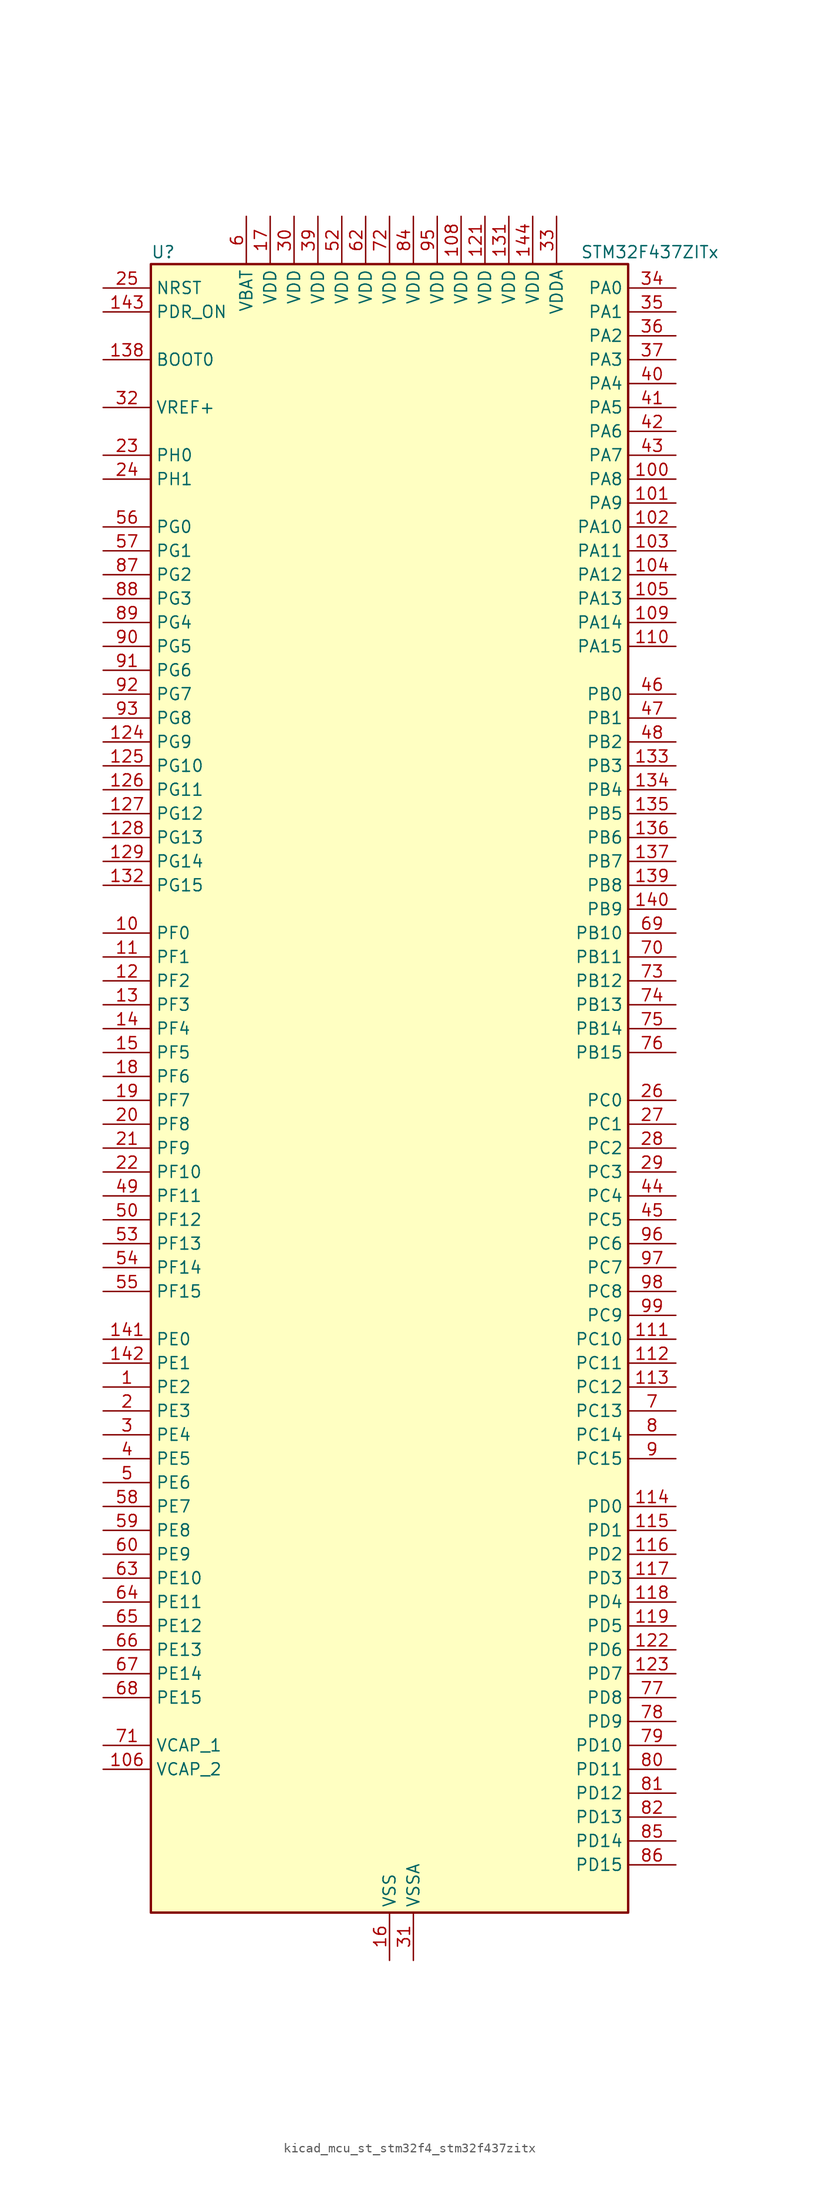
<source format=kicad_sym>
(kicad_symbol_lib
  (version 20220914)
  (generator kicad_symbol_editor)
  (symbol "kicad_mcu_st_stm32f4_stm32f437zitx"
    (property "Reference" "U"
      (at -25.4 90.17 0)
      (effects (font (size 1.27 1.27)) (justify left)))
    (property "Value" "STM32F437ZITx"
      (at 20.32 90.17 0)
      (effects (font (size 1.27 1.27)) (justify left)))
    (property "ki_locked" ""
      (at 0 0 0)
      (effects (font (size 1.27 1.27))))
    (symbol "kicad_mcu_st_stm32f4_stm32f437zitx_0_1"
      (rectangle (start -25.4 -86.36) (end 25.4 88.9) (stroke (width 0.254) (type default)) (fill (type background))))
    (symbol "kicad_mcu_st_stm32f4_stm32f437zitx_1_1"
      (pin bidirectional line (at -30.48 -30.48 0) (length 5.08) (name "PE2" (effects (font (size 1.27 1.27)))) (number "1" (effects (font (size 1.27 1.27)))) (alternate "ETH_TXD3" bidirectional line) (alternate "FMC_A23" bidirectional line) (alternate "SAI1_MCLK_A" bidirectional line) (alternate "SPI4_SCK" bidirectional line) (alternate "SYS_TRACECLK" bidirectional line))
      (pin bidirectional line (at -30.48 17.78 0) (length 5.08) (name "PF0" (effects (font (size 1.27 1.27)))) (number "10" (effects (font (size 1.27 1.27)))) (alternate "FMC_A0" bidirectional line) (alternate "I2C2_SDA" bidirectional line))
      (pin bidirectional line (at 30.48 66.04 180) (length 5.08) (name "PA8" (effects (font (size 1.27 1.27)))) (number "100" (effects (font (size 1.27 1.27)))) (alternate "I2C3_SCL" bidirectional line) (alternate "RCC_MCO_1" bidirectional line) (alternate "TIM1_CH1" bidirectional line) (alternate "USART1_CK" bidirectional line) (alternate "USB_OTG_FS_SOF" bidirectional line))
      (pin bidirectional line (at 30.48 63.5 180) (length 5.08) (name "PA9" (effects (font (size 1.27 1.27)))) (number "101" (effects (font (size 1.27 1.27)))) (alternate "DAC_EXTI9" bidirectional line) (alternate "DCMI_D0" bidirectional line) (alternate "I2C3_SMBA" bidirectional line) (alternate "TIM1_CH2" bidirectional line) (alternate "USART1_TX" bidirectional line) (alternate "USB_OTG_FS_VBUS" bidirectional line))
      (pin bidirectional line (at 30.48 60.96 180) (length 5.08) (name "PA10" (effects (font (size 1.27 1.27)))) (number "102" (effects (font (size 1.27 1.27)))) (alternate "DCMI_D1" bidirectional line) (alternate "TIM1_CH3" bidirectional line) (alternate "USART1_RX" bidirectional line) (alternate "USB_OTG_FS_ID" bidirectional line))
      (pin bidirectional line (at 30.48 58.42 180) (length 5.08) (name "PA11" (effects (font (size 1.27 1.27)))) (number "103" (effects (font (size 1.27 1.27)))) (alternate "ADC1_EXTI11" bidirectional line) (alternate "ADC2_EXTI11" bidirectional line) (alternate "ADC3_EXTI11" bidirectional line) (alternate "CAN1_RX" bidirectional line) (alternate "TIM1_CH4" bidirectional line) (alternate "USART1_CTS" bidirectional line) (alternate "USB_OTG_FS_DM" bidirectional line))
      (pin bidirectional line (at 30.48 55.88 180) (length 5.08) (name "PA12" (effects (font (size 1.27 1.27)))) (number "104" (effects (font (size 1.27 1.27)))) (alternate "CAN1_TX" bidirectional line) (alternate "TIM1_ETR" bidirectional line) (alternate "USART1_RTS" bidirectional line) (alternate "USB_OTG_FS_DP" bidirectional line))
      (pin bidirectional line (at 30.48 53.34 180) (length 5.08) (name "PA13" (effects (font (size 1.27 1.27)))) (number "105" (effects (font (size 1.27 1.27)))) (alternate "SYS_JTMS-SWDIO" bidirectional line))
      (pin power_out line (at -30.48 -71.12 0) (length 5.08) (name "VCAP_2" (effects (font (size 1.27 1.27)))) (number "106" (effects (font (size 1.27 1.27)))))
      (pin passive line (at 0 -91.44 90) (length 5.08) hide (name "VSS" (effects (font (size 1.27 1.27)))) (number "107" (effects (font (size 1.27 1.27)))))
      (pin power_in line (at 7.62 93.98 270) (length 5.08) (name "VDD" (effects (font (size 1.27 1.27)))) (number "108" (effects (font (size 1.27 1.27)))))
      (pin bidirectional line (at 30.48 50.8 180) (length 5.08) (name "PA14" (effects (font (size 1.27 1.27)))) (number "109" (effects (font (size 1.27 1.27)))) (alternate "SYS_JTCK-SWCLK" bidirectional line))
      (pin bidirectional line (at -30.48 15.24 0) (length 5.08) (name "PF1" (effects (font (size 1.27 1.27)))) (number "11" (effects (font (size 1.27 1.27)))) (alternate "FMC_A1" bidirectional line) (alternate "I2C2_SCL" bidirectional line))
      (pin bidirectional line (at 30.48 48.26 180) (length 5.08) (name "PA15" (effects (font (size 1.27 1.27)))) (number "110" (effects (font (size 1.27 1.27)))) (alternate "ADC1_EXTI15" bidirectional line) (alternate "ADC2_EXTI15" bidirectional line) (alternate "ADC3_EXTI15" bidirectional line) (alternate "I2S3_WS" bidirectional line) (alternate "SPI1_NSS" bidirectional line) (alternate "SPI3_NSS" bidirectional line) (alternate "SYS_JTDI" bidirectional line) (alternate "TIM2_CH1" bidirectional line) (alternate "TIM2_ETR" bidirectional line))
      (pin bidirectional line (at 30.48 -25.4 180) (length 5.08) (name "PC10" (effects (font (size 1.27 1.27)))) (number "111" (effects (font (size 1.27 1.27)))) (alternate "DCMI_D8" bidirectional line) (alternate "I2S3_CK" bidirectional line) (alternate "SDIO_D2" bidirectional line) (alternate "SPI3_SCK" bidirectional line) (alternate "UART4_TX" bidirectional line) (alternate "USART3_TX" bidirectional line))
      (pin bidirectional line (at 30.48 -27.94 180) (length 5.08) (name "PC11" (effects (font (size 1.27 1.27)))) (number "112" (effects (font (size 1.27 1.27)))) (alternate "ADC1_EXTI11" bidirectional line) (alternate "ADC2_EXTI11" bidirectional line) (alternate "ADC3_EXTI11" bidirectional line) (alternate "DCMI_D4" bidirectional line) (alternate "I2S3_ext_SD" bidirectional line) (alternate "SDIO_D3" bidirectional line) (alternate "SPI3_MISO" bidirectional line) (alternate "UART4_RX" bidirectional line) (alternate "USART3_RX" bidirectional line))
      (pin bidirectional line (at 30.48 -30.48 180) (length 5.08) (name "PC12" (effects (font (size 1.27 1.27)))) (number "113" (effects (font (size 1.27 1.27)))) (alternate "DCMI_D9" bidirectional line) (alternate "I2S3_SD" bidirectional line) (alternate "SDIO_CK" bidirectional line) (alternate "SPI3_MOSI" bidirectional line) (alternate "UART5_TX" bidirectional line) (alternate "USART3_CK" bidirectional line))
      (pin bidirectional line (at 30.48 -43.18 180) (length 5.08) (name "PD0" (effects (font (size 1.27 1.27)))) (number "114" (effects (font (size 1.27 1.27)))) (alternate "CAN1_RX" bidirectional line) (alternate "FMC_D2" bidirectional line) (alternate "FMC_DA2" bidirectional line))
      (pin bidirectional line (at 30.48 -45.72 180) (length 5.08) (name "PD1" (effects (font (size 1.27 1.27)))) (number "115" (effects (font (size 1.27 1.27)))) (alternate "CAN1_TX" bidirectional line) (alternate "FMC_D3" bidirectional line) (alternate "FMC_DA3" bidirectional line))
      (pin bidirectional line (at 30.48 -48.26 180) (length 5.08) (name "PD2" (effects (font (size 1.27 1.27)))) (number "116" (effects (font (size 1.27 1.27)))) (alternate "DCMI_D11" bidirectional line) (alternate "SDIO_CMD" bidirectional line) (alternate "TIM3_ETR" bidirectional line) (alternate "UART5_RX" bidirectional line))
      (pin bidirectional line (at 30.48 -50.8 180) (length 5.08) (name "PD3" (effects (font (size 1.27 1.27)))) (number "117" (effects (font (size 1.27 1.27)))) (alternate "DCMI_D5" bidirectional line) (alternate "FMC_CLK" bidirectional line) (alternate "I2S2_CK" bidirectional line) (alternate "SPI2_SCK" bidirectional line) (alternate "USART2_CTS" bidirectional line))
      (pin bidirectional line (at 30.48 -53.34 180) (length 5.08) (name "PD4" (effects (font (size 1.27 1.27)))) (number "118" (effects (font (size 1.27 1.27)))) (alternate "FMC_NOE" bidirectional line) (alternate "USART2_RTS" bidirectional line))
      (pin bidirectional line (at 30.48 -55.88 180) (length 5.08) (name "PD5" (effects (font (size 1.27 1.27)))) (number "119" (effects (font (size 1.27 1.27)))) (alternate "FMC_NWE" bidirectional line) (alternate "USART2_TX" bidirectional line))
      (pin bidirectional line (at -30.48 12.7 0) (length 5.08) (name "PF2" (effects (font (size 1.27 1.27)))) (number "12" (effects (font (size 1.27 1.27)))) (alternate "FMC_A2" bidirectional line) (alternate "I2C2_SMBA" bidirectional line))
      (pin passive line (at 0 -91.44 90) (length 5.08) hide (name "VSS" (effects (font (size 1.27 1.27)))) (number "120" (effects (font (size 1.27 1.27)))))
      (pin power_in line (at 10.16 93.98 270) (length 5.08) (name "VDD" (effects (font (size 1.27 1.27)))) (number "121" (effects (font (size 1.27 1.27)))))
      (pin bidirectional line (at 30.48 -58.42 180) (length 5.08) (name "PD6" (effects (font (size 1.27 1.27)))) (number "122" (effects (font (size 1.27 1.27)))) (alternate "DCMI_D10" bidirectional line) (alternate "FMC_NWAIT" bidirectional line) (alternate "I2S3_SD" bidirectional line) (alternate "SAI1_SD_A" bidirectional line) (alternate "SPI3_MOSI" bidirectional line) (alternate "USART2_RX" bidirectional line))
      (pin bidirectional line (at 30.48 -60.96 180) (length 5.08) (name "PD7" (effects (font (size 1.27 1.27)))) (number "123" (effects (font (size 1.27 1.27)))) (alternate "FMC_NCE2" bidirectional line) (alternate "FMC_NE1" bidirectional line) (alternate "USART2_CK" bidirectional line))
      (pin bidirectional line (at -30.48 38.1 0) (length 5.08) (name "PG9" (effects (font (size 1.27 1.27)))) (number "124" (effects (font (size 1.27 1.27)))) (alternate "DAC_EXTI9" bidirectional line) (alternate "DCMI_VSYNC" bidirectional line) (alternate "FMC_NCE3" bidirectional line) (alternate "FMC_NE2" bidirectional line) (alternate "USART6_RX" bidirectional line))
      (pin bidirectional line (at -30.48 35.56 0) (length 5.08) (name "PG10" (effects (font (size 1.27 1.27)))) (number "125" (effects (font (size 1.27 1.27)))) (alternate "DCMI_D2" bidirectional line) (alternate "FMC_NCE4_1" bidirectional line) (alternate "FMC_NE3" bidirectional line))
      (pin bidirectional line (at -30.48 33.02 0) (length 5.08) (name "PG11" (effects (font (size 1.27 1.27)))) (number "126" (effects (font (size 1.27 1.27)))) (alternate "ADC1_EXTI11" bidirectional line) (alternate "ADC2_EXTI11" bidirectional line) (alternate "ADC3_EXTI11" bidirectional line) (alternate "DCMI_D3" bidirectional line) (alternate "ETH_TX_EN" bidirectional line) (alternate "FMC_NCE4_2" bidirectional line))
      (pin bidirectional line (at -30.48 30.48 0) (length 5.08) (name "PG12" (effects (font (size 1.27 1.27)))) (number "127" (effects (font (size 1.27 1.27)))) (alternate "FMC_NE4" bidirectional line) (alternate "SPI6_MISO" bidirectional line) (alternate "USART6_RTS" bidirectional line))
      (pin bidirectional line (at -30.48 27.94 0) (length 5.08) (name "PG13" (effects (font (size 1.27 1.27)))) (number "128" (effects (font (size 1.27 1.27)))) (alternate "ETH_TXD0" bidirectional line) (alternate "FMC_A24" bidirectional line) (alternate "SPI6_SCK" bidirectional line) (alternate "USART6_CTS" bidirectional line))
      (pin bidirectional line (at -30.48 25.4 0) (length 5.08) (name "PG14" (effects (font (size 1.27 1.27)))) (number "129" (effects (font (size 1.27 1.27)))) (alternate "ETH_TXD1" bidirectional line) (alternate "FMC_A25" bidirectional line) (alternate "SPI6_MOSI" bidirectional line) (alternate "USART6_TX" bidirectional line))
      (pin bidirectional line (at -30.48 10.16 0) (length 5.08) (name "PF3" (effects (font (size 1.27 1.27)))) (number "13" (effects (font (size 1.27 1.27)))) (alternate "ADC3_IN9" bidirectional line) (alternate "FMC_A3" bidirectional line))
      (pin passive line (at 0 -91.44 90) (length 5.08) hide (name "VSS" (effects (font (size 1.27 1.27)))) (number "130" (effects (font (size 1.27 1.27)))))
      (pin power_in line (at 12.7 93.98 270) (length 5.08) (name "VDD" (effects (font (size 1.27 1.27)))) (number "131" (effects (font (size 1.27 1.27)))))
      (pin bidirectional line (at -30.48 22.86 0) (length 5.08) (name "PG15" (effects (font (size 1.27 1.27)))) (number "132" (effects (font (size 1.27 1.27)))) (alternate "ADC1_EXTI15" bidirectional line) (alternate "ADC2_EXTI15" bidirectional line) (alternate "ADC3_EXTI15" bidirectional line) (alternate "DCMI_D13" bidirectional line) (alternate "FMC_SDNCAS" bidirectional line) (alternate "USART6_CTS" bidirectional line))
      (pin bidirectional line (at 30.48 35.56 180) (length 5.08) (name "PB3" (effects (font (size 1.27 1.27)))) (number "133" (effects (font (size 1.27 1.27)))) (alternate "I2S3_CK" bidirectional line) (alternate "SPI1_SCK" bidirectional line) (alternate "SPI3_SCK" bidirectional line) (alternate "SYS_JTDO-SWO" bidirectional line) (alternate "TIM2_CH2" bidirectional line))
      (pin bidirectional line (at 30.48 33.02 180) (length 5.08) (name "PB4" (effects (font (size 1.27 1.27)))) (number "134" (effects (font (size 1.27 1.27)))) (alternate "I2S3_ext_SD" bidirectional line) (alternate "SPI1_MISO" bidirectional line) (alternate "SPI3_MISO" bidirectional line) (alternate "SYS_JTRST" bidirectional line) (alternate "TIM3_CH1" bidirectional line))
      (pin bidirectional line (at 30.48 30.48 180) (length 5.08) (name "PB5" (effects (font (size 1.27 1.27)))) (number "135" (effects (font (size 1.27 1.27)))) (alternate "CAN2_RX" bidirectional line) (alternate "DCMI_D10" bidirectional line) (alternate "ETH_PPS_OUT" bidirectional line) (alternate "FMC_SDCKE1" bidirectional line) (alternate "I2C1_SMBA" bidirectional line) (alternate "I2S3_SD" bidirectional line) (alternate "SPI1_MOSI" bidirectional line) (alternate "SPI3_MOSI" bidirectional line) (alternate "TIM3_CH2" bidirectional line) (alternate "USB_OTG_HS_ULPI_D7" bidirectional line))
      (pin bidirectional line (at 30.48 27.94 180) (length 5.08) (name "PB6" (effects (font (size 1.27 1.27)))) (number "136" (effects (font (size 1.27 1.27)))) (alternate "CAN2_TX" bidirectional line) (alternate "DCMI_D5" bidirectional line) (alternate "FMC_SDNE1" bidirectional line) (alternate "I2C1_SCL" bidirectional line) (alternate "TIM4_CH1" bidirectional line) (alternate "USART1_TX" bidirectional line))
      (pin bidirectional line (at 30.48 25.4 180) (length 5.08) (name "PB7" (effects (font (size 1.27 1.27)))) (number "137" (effects (font (size 1.27 1.27)))) (alternate "DCMI_VSYNC" bidirectional line) (alternate "FMC_NL" bidirectional line) (alternate "I2C1_SDA" bidirectional line) (alternate "TIM4_CH2" bidirectional line) (alternate "USART1_RX" bidirectional line))
      (pin input line (at -30.48 78.74 0) (length 5.08) (name "BOOT0" (effects (font (size 1.27 1.27)))) (number "138" (effects (font (size 1.27 1.27)))))
      (pin bidirectional line (at 30.48 22.86 180) (length 5.08) (name "PB8" (effects (font (size 1.27 1.27)))) (number "139" (effects (font (size 1.27 1.27)))) (alternate "CAN1_RX" bidirectional line) (alternate "DCMI_D6" bidirectional line) (alternate "ETH_TXD3" bidirectional line) (alternate "I2C1_SCL" bidirectional line) (alternate "SDIO_D4" bidirectional line) (alternate "TIM10_CH1" bidirectional line) (alternate "TIM4_CH3" bidirectional line))
      (pin bidirectional line (at -30.48 7.62 0) (length 5.08) (name "PF4" (effects (font (size 1.27 1.27)))) (number "14" (effects (font (size 1.27 1.27)))) (alternate "ADC3_IN14" bidirectional line) (alternate "FMC_A4" bidirectional line))
      (pin bidirectional line (at 30.48 20.32 180) (length 5.08) (name "PB9" (effects (font (size 1.27 1.27)))) (number "140" (effects (font (size 1.27 1.27)))) (alternate "CAN1_TX" bidirectional line) (alternate "DAC_EXTI9" bidirectional line) (alternate "DCMI_D7" bidirectional line) (alternate "I2C1_SDA" bidirectional line) (alternate "I2S2_WS" bidirectional line) (alternate "SDIO_D5" bidirectional line) (alternate "SPI2_NSS" bidirectional line) (alternate "TIM11_CH1" bidirectional line) (alternate "TIM4_CH4" bidirectional line))
      (pin bidirectional line (at -30.48 -25.4 0) (length 5.08) (name "PE0" (effects (font (size 1.27 1.27)))) (number "141" (effects (font (size 1.27 1.27)))) (alternate "DCMI_D2" bidirectional line) (alternate "FMC_NBL0" bidirectional line) (alternate "TIM4_ETR" bidirectional line) (alternate "UART8_RX" bidirectional line))
      (pin bidirectional line (at -30.48 -27.94 0) (length 5.08) (name "PE1" (effects (font (size 1.27 1.27)))) (number "142" (effects (font (size 1.27 1.27)))) (alternate "DCMI_D3" bidirectional line) (alternate "FMC_NBL1" bidirectional line) (alternate "UART8_TX" bidirectional line))
      (pin input line (at -30.48 83.82 0) (length 5.08) (name "PDR_ON" (effects (font (size 1.27 1.27)))) (number "143" (effects (font (size 1.27 1.27)))))
      (pin power_in line (at 15.24 93.98 270) (length 5.08) (name "VDD" (effects (font (size 1.27 1.27)))) (number "144" (effects (font (size 1.27 1.27)))))
      (pin bidirectional line (at -30.48 5.08 0) (length 5.08) (name "PF5" (effects (font (size 1.27 1.27)))) (number "15" (effects (font (size 1.27 1.27)))) (alternate "ADC3_IN15" bidirectional line) (alternate "FMC_A5" bidirectional line))
      (pin power_in line (at 0 -91.44 90) (length 5.08) (name "VSS" (effects (font (size 1.27 1.27)))) (number "16" (effects (font (size 1.27 1.27)))))
      (pin power_in line (at -12.7 93.98 270) (length 5.08) (name "VDD" (effects (font (size 1.27 1.27)))) (number "17" (effects (font (size 1.27 1.27)))))
      (pin bidirectional line (at -30.48 2.54 0) (length 5.08) (name "PF6" (effects (font (size 1.27 1.27)))) (number "18" (effects (font (size 1.27 1.27)))) (alternate "ADC3_IN4" bidirectional line) (alternate "FMC_NIORD" bidirectional line) (alternate "SAI1_SD_B" bidirectional line) (alternate "SPI5_NSS" bidirectional line) (alternate "TIM10_CH1" bidirectional line) (alternate "UART7_RX" bidirectional line))
      (pin bidirectional line (at -30.48 0 0) (length 5.08) (name "PF7" (effects (font (size 1.27 1.27)))) (number "19" (effects (font (size 1.27 1.27)))) (alternate "ADC3_IN5" bidirectional line) (alternate "FMC_NREG" bidirectional line) (alternate "SAI1_MCLK_B" bidirectional line) (alternate "SPI5_SCK" bidirectional line) (alternate "TIM11_CH1" bidirectional line) (alternate "UART7_TX" bidirectional line))
      (pin bidirectional line (at -30.48 -33.02 0) (length 5.08) (name "PE3" (effects (font (size 1.27 1.27)))) (number "2" (effects (font (size 1.27 1.27)))) (alternate "FMC_A19" bidirectional line) (alternate "SAI1_SD_B" bidirectional line) (alternate "SYS_TRACED0" bidirectional line))
      (pin bidirectional line (at -30.48 -2.54 0) (length 5.08) (name "PF8" (effects (font (size 1.27 1.27)))) (number "20" (effects (font (size 1.27 1.27)))) (alternate "ADC3_IN6" bidirectional line) (alternate "FMC_NIOWR" bidirectional line) (alternate "SAI1_SCK_B" bidirectional line) (alternate "SPI5_MISO" bidirectional line) (alternate "TIM13_CH1" bidirectional line))
      (pin bidirectional line (at -30.48 -5.08 0) (length 5.08) (name "PF9" (effects (font (size 1.27 1.27)))) (number "21" (effects (font (size 1.27 1.27)))) (alternate "ADC3_IN7" bidirectional line) (alternate "DAC_EXTI9" bidirectional line) (alternate "FMC_CD" bidirectional line) (alternate "SAI1_FS_B" bidirectional line) (alternate "SPI5_MOSI" bidirectional line) (alternate "TIM14_CH1" bidirectional line))
      (pin bidirectional line (at -30.48 -7.62 0) (length 5.08) (name "PF10" (effects (font (size 1.27 1.27)))) (number "22" (effects (font (size 1.27 1.27)))) (alternate "ADC3_IN8" bidirectional line) (alternate "DCMI_D11" bidirectional line) (alternate "FMC_INTR" bidirectional line))
      (pin bidirectional line (at -30.48 68.58 0) (length 5.08) (name "PH0" (effects (font (size 1.27 1.27)))) (number "23" (effects (font (size 1.27 1.27)))) (alternate "RCC_OSC_IN" bidirectional line))
      (pin bidirectional line (at -30.48 66.04 0) (length 5.08) (name "PH1" (effects (font (size 1.27 1.27)))) (number "24" (effects (font (size 1.27 1.27)))) (alternate "RCC_OSC_OUT" bidirectional line))
      (pin input line (at -30.48 86.36 0) (length 5.08) (name "NRST" (effects (font (size 1.27 1.27)))) (number "25" (effects (font (size 1.27 1.27)))))
      (pin bidirectional line (at 30.48 0 180) (length 5.08) (name "PC0" (effects (font (size 1.27 1.27)))) (number "26" (effects (font (size 1.27 1.27)))) (alternate "ADC1_IN10" bidirectional line) (alternate "ADC2_IN10" bidirectional line) (alternate "ADC3_IN10" bidirectional line) (alternate "FMC_SDNWE" bidirectional line) (alternate "USB_OTG_HS_ULPI_STP" bidirectional line))
      (pin bidirectional line (at 30.48 -2.54 180) (length 5.08) (name "PC1" (effects (font (size 1.27 1.27)))) (number "27" (effects (font (size 1.27 1.27)))) (alternate "ADC1_IN11" bidirectional line) (alternate "ADC2_IN11" bidirectional line) (alternate "ADC3_IN11" bidirectional line) (alternate "ETH_MDC" bidirectional line))
      (pin bidirectional line (at 30.48 -5.08 180) (length 5.08) (name "PC2" (effects (font (size 1.27 1.27)))) (number "28" (effects (font (size 1.27 1.27)))) (alternate "ADC1_IN12" bidirectional line) (alternate "ADC2_IN12" bidirectional line) (alternate "ADC3_IN12" bidirectional line) (alternate "ETH_TXD2" bidirectional line) (alternate "FMC_SDNE0" bidirectional line) (alternate "I2S2_ext_SD" bidirectional line) (alternate "SPI2_MISO" bidirectional line) (alternate "USB_OTG_HS_ULPI_DIR" bidirectional line))
      (pin bidirectional line (at 30.48 -7.62 180) (length 5.08) (name "PC3" (effects (font (size 1.27 1.27)))) (number "29" (effects (font (size 1.27 1.27)))) (alternate "ADC1_IN13" bidirectional line) (alternate "ADC2_IN13" bidirectional line) (alternate "ADC3_IN13" bidirectional line) (alternate "ETH_TX_CLK" bidirectional line) (alternate "FMC_SDCKE0" bidirectional line) (alternate "I2S2_SD" bidirectional line) (alternate "SPI2_MOSI" bidirectional line) (alternate "USB_OTG_HS_ULPI_NXT" bidirectional line))
      (pin bidirectional line (at -30.48 -35.56 0) (length 5.08) (name "PE4" (effects (font (size 1.27 1.27)))) (number "3" (effects (font (size 1.27 1.27)))) (alternate "DCMI_D4" bidirectional line) (alternate "FMC_A20" bidirectional line) (alternate "SAI1_FS_A" bidirectional line) (alternate "SPI4_NSS" bidirectional line) (alternate "SYS_TRACED1" bidirectional line))
      (pin power_in line (at -10.16 93.98 270) (length 5.08) (name "VDD" (effects (font (size 1.27 1.27)))) (number "30" (effects (font (size 1.27 1.27)))))
      (pin power_in line (at 2.54 -91.44 90) (length 5.08) (name "VSSA" (effects (font (size 1.27 1.27)))) (number "31" (effects (font (size 1.27 1.27)))))
      (pin input line (at -30.48 73.66 0) (length 5.08) (name "VREF+" (effects (font (size 1.27 1.27)))) (number "32" (effects (font (size 1.27 1.27)))))
      (pin power_in line (at 17.78 93.98 270) (length 5.08) (name "VDDA" (effects (font (size 1.27 1.27)))) (number "33" (effects (font (size 1.27 1.27)))))
      (pin bidirectional line (at 30.48 86.36 180) (length 5.08) (name "PA0" (effects (font (size 1.27 1.27)))) (number "34" (effects (font (size 1.27 1.27)))) (alternate "ADC1_IN0" bidirectional line) (alternate "ADC2_IN0" bidirectional line) (alternate "ADC3_IN0" bidirectional line) (alternate "ETH_CRS" bidirectional line) (alternate "SYS_WKUP" bidirectional line) (alternate "TIM2_CH1" bidirectional line) (alternate "TIM2_ETR" bidirectional line) (alternate "TIM5_CH1" bidirectional line) (alternate "TIM8_ETR" bidirectional line) (alternate "UART4_TX" bidirectional line) (alternate "USART2_CTS" bidirectional line))
      (pin bidirectional line (at 30.48 83.82 180) (length 5.08) (name "PA1" (effects (font (size 1.27 1.27)))) (number "35" (effects (font (size 1.27 1.27)))) (alternate "ADC1_IN1" bidirectional line) (alternate "ADC2_IN1" bidirectional line) (alternate "ADC3_IN1" bidirectional line) (alternate "ETH_REF_CLK" bidirectional line) (alternate "ETH_RX_CLK" bidirectional line) (alternate "TIM2_CH2" bidirectional line) (alternate "TIM5_CH2" bidirectional line) (alternate "UART4_RX" bidirectional line) (alternate "USART2_RTS" bidirectional line))
      (pin bidirectional line (at 30.48 81.28 180) (length 5.08) (name "PA2" (effects (font (size 1.27 1.27)))) (number "36" (effects (font (size 1.27 1.27)))) (alternate "ADC1_IN2" bidirectional line) (alternate "ADC2_IN2" bidirectional line) (alternate "ADC3_IN2" bidirectional line) (alternate "ETH_MDIO" bidirectional line) (alternate "TIM2_CH3" bidirectional line) (alternate "TIM5_CH3" bidirectional line) (alternate "TIM9_CH1" bidirectional line) (alternate "USART2_TX" bidirectional line))
      (pin bidirectional line (at 30.48 78.74 180) (length 5.08) (name "PA3" (effects (font (size 1.27 1.27)))) (number "37" (effects (font (size 1.27 1.27)))) (alternate "ADC1_IN3" bidirectional line) (alternate "ADC2_IN3" bidirectional line) (alternate "ADC3_IN3" bidirectional line) (alternate "ETH_COL" bidirectional line) (alternate "TIM2_CH4" bidirectional line) (alternate "TIM5_CH4" bidirectional line) (alternate "TIM9_CH2" bidirectional line) (alternate "USART2_RX" bidirectional line) (alternate "USB_OTG_HS_ULPI_D0" bidirectional line))
      (pin passive line (at 0 -91.44 90) (length 5.08) hide (name "VSS" (effects (font (size 1.27 1.27)))) (number "38" (effects (font (size 1.27 1.27)))))
      (pin power_in line (at -7.62 93.98 270) (length 5.08) (name "VDD" (effects (font (size 1.27 1.27)))) (number "39" (effects (font (size 1.27 1.27)))))
      (pin bidirectional line (at -30.48 -38.1 0) (length 5.08) (name "PE5" (effects (font (size 1.27 1.27)))) (number "4" (effects (font (size 1.27 1.27)))) (alternate "DCMI_D6" bidirectional line) (alternate "FMC_A21" bidirectional line) (alternate "SAI1_SCK_A" bidirectional line) (alternate "SPI4_MISO" bidirectional line) (alternate "SYS_TRACED2" bidirectional line) (alternate "TIM9_CH1" bidirectional line))
      (pin bidirectional line (at 30.48 76.2 180) (length 5.08) (name "PA4" (effects (font (size 1.27 1.27)))) (number "40" (effects (font (size 1.27 1.27)))) (alternate "ADC1_IN4" bidirectional line) (alternate "ADC2_IN4" bidirectional line) (alternate "DAC_OUT1" bidirectional line) (alternate "DCMI_HSYNC" bidirectional line) (alternate "I2S3_WS" bidirectional line) (alternate "SPI1_NSS" bidirectional line) (alternate "SPI3_NSS" bidirectional line) (alternate "USART2_CK" bidirectional line) (alternate "USB_OTG_HS_SOF" bidirectional line))
      (pin bidirectional line (at 30.48 73.66 180) (length 5.08) (name "PA5" (effects (font (size 1.27 1.27)))) (number "41" (effects (font (size 1.27 1.27)))) (alternate "ADC1_IN5" bidirectional line) (alternate "ADC2_IN5" bidirectional line) (alternate "DAC_OUT2" bidirectional line) (alternate "SPI1_SCK" bidirectional line) (alternate "TIM2_CH1" bidirectional line) (alternate "TIM2_ETR" bidirectional line) (alternate "TIM8_CH1N" bidirectional line) (alternate "USB_OTG_HS_ULPI_CK" bidirectional line))
      (pin bidirectional line (at 30.48 71.12 180) (length 5.08) (name "PA6" (effects (font (size 1.27 1.27)))) (number "42" (effects (font (size 1.27 1.27)))) (alternate "ADC1_IN6" bidirectional line) (alternate "ADC2_IN6" bidirectional line) (alternate "DCMI_PIXCLK" bidirectional line) (alternate "SPI1_MISO" bidirectional line) (alternate "TIM13_CH1" bidirectional line) (alternate "TIM1_BKIN" bidirectional line) (alternate "TIM3_CH1" bidirectional line) (alternate "TIM8_BKIN" bidirectional line))
      (pin bidirectional line (at 30.48 68.58 180) (length 5.08) (name "PA7" (effects (font (size 1.27 1.27)))) (number "43" (effects (font (size 1.27 1.27)))) (alternate "ADC1_IN7" bidirectional line) (alternate "ADC2_IN7" bidirectional line) (alternate "ETH_CRS_DV" bidirectional line) (alternate "ETH_RX_DV" bidirectional line) (alternate "SPI1_MOSI" bidirectional line) (alternate "TIM14_CH1" bidirectional line) (alternate "TIM1_CH1N" bidirectional line) (alternate "TIM3_CH2" bidirectional line) (alternate "TIM8_CH1N" bidirectional line))
      (pin bidirectional line (at 30.48 -10.16 180) (length 5.08) (name "PC4" (effects (font (size 1.27 1.27)))) (number "44" (effects (font (size 1.27 1.27)))) (alternate "ADC1_IN14" bidirectional line) (alternate "ADC2_IN14" bidirectional line) (alternate "ETH_RXD0" bidirectional line))
      (pin bidirectional line (at 30.48 -12.7 180) (length 5.08) (name "PC5" (effects (font (size 1.27 1.27)))) (number "45" (effects (font (size 1.27 1.27)))) (alternate "ADC1_IN15" bidirectional line) (alternate "ADC2_IN15" bidirectional line) (alternate "ETH_RXD1" bidirectional line))
      (pin bidirectional line (at 30.48 43.18 180) (length 5.08) (name "PB0" (effects (font (size 1.27 1.27)))) (number "46" (effects (font (size 1.27 1.27)))) (alternate "ADC1_IN8" bidirectional line) (alternate "ADC2_IN8" bidirectional line) (alternate "ETH_RXD2" bidirectional line) (alternate "TIM1_CH2N" bidirectional line) (alternate "TIM3_CH3" bidirectional line) (alternate "TIM8_CH2N" bidirectional line) (alternate "USB_OTG_HS_ULPI_D1" bidirectional line))
      (pin bidirectional line (at 30.48 40.64 180) (length 5.08) (name "PB1" (effects (font (size 1.27 1.27)))) (number "47" (effects (font (size 1.27 1.27)))) (alternate "ADC1_IN9" bidirectional line) (alternate "ADC2_IN9" bidirectional line) (alternate "ETH_RXD3" bidirectional line) (alternate "TIM1_CH3N" bidirectional line) (alternate "TIM3_CH4" bidirectional line) (alternate "TIM8_CH3N" bidirectional line) (alternate "USB_OTG_HS_ULPI_D2" bidirectional line))
      (pin bidirectional line (at 30.48 38.1 180) (length 5.08) (name "PB2" (effects (font (size 1.27 1.27)))) (number "48" (effects (font (size 1.27 1.27)))))
      (pin bidirectional line (at -30.48 -10.16 0) (length 5.08) (name "PF11" (effects (font (size 1.27 1.27)))) (number "49" (effects (font (size 1.27 1.27)))) (alternate "ADC1_EXTI11" bidirectional line) (alternate "ADC2_EXTI11" bidirectional line) (alternate "ADC3_EXTI11" bidirectional line) (alternate "DCMI_D12" bidirectional line) (alternate "FMC_SDNRAS" bidirectional line) (alternate "SPI5_MOSI" bidirectional line))
      (pin bidirectional line (at -30.48 -40.64 0) (length 5.08) (name "PE6" (effects (font (size 1.27 1.27)))) (number "5" (effects (font (size 1.27 1.27)))) (alternate "DCMI_D7" bidirectional line) (alternate "FMC_A22" bidirectional line) (alternate "SAI1_SD_A" bidirectional line) (alternate "SPI4_MOSI" bidirectional line) (alternate "SYS_TRACED3" bidirectional line) (alternate "TIM9_CH2" bidirectional line))
      (pin bidirectional line (at -30.48 -12.7 0) (length 5.08) (name "PF12" (effects (font (size 1.27 1.27)))) (number "50" (effects (font (size 1.27 1.27)))) (alternate "FMC_A6" bidirectional line))
      (pin passive line (at 0 -91.44 90) (length 5.08) hide (name "VSS" (effects (font (size 1.27 1.27)))) (number "51" (effects (font (size 1.27 1.27)))))
      (pin power_in line (at -5.08 93.98 270) (length 5.08) (name "VDD" (effects (font (size 1.27 1.27)))) (number "52" (effects (font (size 1.27 1.27)))))
      (pin bidirectional line (at -30.48 -15.24 0) (length 5.08) (name "PF13" (effects (font (size 1.27 1.27)))) (number "53" (effects (font (size 1.27 1.27)))) (alternate "FMC_A7" bidirectional line))
      (pin bidirectional line (at -30.48 -17.78 0) (length 5.08) (name "PF14" (effects (font (size 1.27 1.27)))) (number "54" (effects (font (size 1.27 1.27)))) (alternate "FMC_A8" bidirectional line))
      (pin bidirectional line (at -30.48 -20.32 0) (length 5.08) (name "PF15" (effects (font (size 1.27 1.27)))) (number "55" (effects (font (size 1.27 1.27)))) (alternate "ADC1_EXTI15" bidirectional line) (alternate "ADC2_EXTI15" bidirectional line) (alternate "ADC3_EXTI15" bidirectional line) (alternate "FMC_A9" bidirectional line))
      (pin bidirectional line (at -30.48 60.96 0) (length 5.08) (name "PG0" (effects (font (size 1.27 1.27)))) (number "56" (effects (font (size 1.27 1.27)))) (alternate "FMC_A10" bidirectional line))
      (pin bidirectional line (at -30.48 58.42 0) (length 5.08) (name "PG1" (effects (font (size 1.27 1.27)))) (number "57" (effects (font (size 1.27 1.27)))) (alternate "FMC_A11" bidirectional line))
      (pin bidirectional line (at -30.48 -43.18 0) (length 5.08) (name "PE7" (effects (font (size 1.27 1.27)))) (number "58" (effects (font (size 1.27 1.27)))) (alternate "FMC_D4" bidirectional line) (alternate "FMC_DA4" bidirectional line) (alternate "TIM1_ETR" bidirectional line) (alternate "UART7_RX" bidirectional line))
      (pin bidirectional line (at -30.48 -45.72 0) (length 5.08) (name "PE8" (effects (font (size 1.27 1.27)))) (number "59" (effects (font (size 1.27 1.27)))) (alternate "FMC_D5" bidirectional line) (alternate "FMC_DA5" bidirectional line) (alternate "TIM1_CH1N" bidirectional line) (alternate "UART7_TX" bidirectional line))
      (pin power_in line (at -15.24 93.98 270) (length 5.08) (name "VBAT" (effects (font (size 1.27 1.27)))) (number "6" (effects (font (size 1.27 1.27)))))
      (pin bidirectional line (at -30.48 -48.26 0) (length 5.08) (name "PE9" (effects (font (size 1.27 1.27)))) (number "60" (effects (font (size 1.27 1.27)))) (alternate "DAC_EXTI9" bidirectional line) (alternate "FMC_D6" bidirectional line) (alternate "FMC_DA6" bidirectional line) (alternate "TIM1_CH1" bidirectional line))
      (pin passive line (at 0 -91.44 90) (length 5.08) hide (name "VSS" (effects (font (size 1.27 1.27)))) (number "61" (effects (font (size 1.27 1.27)))))
      (pin power_in line (at -2.54 93.98 270) (length 5.08) (name "VDD" (effects (font (size 1.27 1.27)))) (number "62" (effects (font (size 1.27 1.27)))))
      (pin bidirectional line (at -30.48 -50.8 0) (length 5.08) (name "PE10" (effects (font (size 1.27 1.27)))) (number "63" (effects (font (size 1.27 1.27)))) (alternate "FMC_D7" bidirectional line) (alternate "FMC_DA7" bidirectional line) (alternate "TIM1_CH2N" bidirectional line))
      (pin bidirectional line (at -30.48 -53.34 0) (length 5.08) (name "PE11" (effects (font (size 1.27 1.27)))) (number "64" (effects (font (size 1.27 1.27)))) (alternate "ADC1_EXTI11" bidirectional line) (alternate "ADC2_EXTI11" bidirectional line) (alternate "ADC3_EXTI11" bidirectional line) (alternate "FMC_D8" bidirectional line) (alternate "FMC_DA8" bidirectional line) (alternate "SPI4_NSS" bidirectional line) (alternate "TIM1_CH2" bidirectional line))
      (pin bidirectional line (at -30.48 -55.88 0) (length 5.08) (name "PE12" (effects (font (size 1.27 1.27)))) (number "65" (effects (font (size 1.27 1.27)))) (alternate "FMC_D9" bidirectional line) (alternate "FMC_DA9" bidirectional line) (alternate "SPI4_SCK" bidirectional line) (alternate "TIM1_CH3N" bidirectional line))
      (pin bidirectional line (at -30.48 -58.42 0) (length 5.08) (name "PE13" (effects (font (size 1.27 1.27)))) (number "66" (effects (font (size 1.27 1.27)))) (alternate "FMC_D10" bidirectional line) (alternate "FMC_DA10" bidirectional line) (alternate "SPI4_MISO" bidirectional line) (alternate "TIM1_CH3" bidirectional line))
      (pin bidirectional line (at -30.48 -60.96 0) (length 5.08) (name "PE14" (effects (font (size 1.27 1.27)))) (number "67" (effects (font (size 1.27 1.27)))) (alternate "FMC_D11" bidirectional line) (alternate "FMC_DA11" bidirectional line) (alternate "SPI4_MOSI" bidirectional line) (alternate "TIM1_CH4" bidirectional line))
      (pin bidirectional line (at -30.48 -63.5 0) (length 5.08) (name "PE15" (effects (font (size 1.27 1.27)))) (number "68" (effects (font (size 1.27 1.27)))) (alternate "ADC1_EXTI15" bidirectional line) (alternate "ADC2_EXTI15" bidirectional line) (alternate "ADC3_EXTI15" bidirectional line) (alternate "FMC_D12" bidirectional line) (alternate "FMC_DA12" bidirectional line) (alternate "TIM1_BKIN" bidirectional line))
      (pin bidirectional line (at 30.48 17.78 180) (length 5.08) (name "PB10" (effects (font (size 1.27 1.27)))) (number "69" (effects (font (size 1.27 1.27)))) (alternate "ETH_RX_ER" bidirectional line) (alternate "I2C2_SCL" bidirectional line) (alternate "I2S2_CK" bidirectional line) (alternate "SPI2_SCK" bidirectional line) (alternate "TIM2_CH3" bidirectional line) (alternate "USART3_TX" bidirectional line) (alternate "USB_OTG_HS_ULPI_D3" bidirectional line))
      (pin bidirectional line (at 30.48 -33.02 180) (length 5.08) (name "PC13" (effects (font (size 1.27 1.27)))) (number "7" (effects (font (size 1.27 1.27)))) (alternate "RTC_AF1" bidirectional line))
      (pin bidirectional line (at 30.48 15.24 180) (length 5.08) (name "PB11" (effects (font (size 1.27 1.27)))) (number "70" (effects (font (size 1.27 1.27)))) (alternate "ADC1_EXTI11" bidirectional line) (alternate "ADC2_EXTI11" bidirectional line) (alternate "ADC3_EXTI11" bidirectional line) (alternate "ETH_TX_EN" bidirectional line) (alternate "I2C2_SDA" bidirectional line) (alternate "TIM2_CH4" bidirectional line) (alternate "USART3_RX" bidirectional line) (alternate "USB_OTG_HS_ULPI_D4" bidirectional line))
      (pin power_out line (at -30.48 -68.58 0) (length 5.08) (name "VCAP_1" (effects (font (size 1.27 1.27)))) (number "71" (effects (font (size 1.27 1.27)))))
      (pin power_in line (at 0 93.98 270) (length 5.08) (name "VDD" (effects (font (size 1.27 1.27)))) (number "72" (effects (font (size 1.27 1.27)))))
      (pin bidirectional line (at 30.48 12.7 180) (length 5.08) (name "PB12" (effects (font (size 1.27 1.27)))) (number "73" (effects (font (size 1.27 1.27)))) (alternate "CAN2_RX" bidirectional line) (alternate "ETH_TXD0" bidirectional line) (alternate "I2C2_SMBA" bidirectional line) (alternate "I2S2_WS" bidirectional line) (alternate "SPI2_NSS" bidirectional line) (alternate "TIM1_BKIN" bidirectional line) (alternate "USART3_CK" bidirectional line) (alternate "USB_OTG_HS_ID" bidirectional line) (alternate "USB_OTG_HS_ULPI_D5" bidirectional line))
      (pin bidirectional line (at 30.48 10.16 180) (length 5.08) (name "PB13" (effects (font (size 1.27 1.27)))) (number "74" (effects (font (size 1.27 1.27)))) (alternate "CAN2_TX" bidirectional line) (alternate "ETH_TXD1" bidirectional line) (alternate "I2S2_CK" bidirectional line) (alternate "SPI2_SCK" bidirectional line) (alternate "TIM1_CH1N" bidirectional line) (alternate "USART3_CTS" bidirectional line) (alternate "USB_OTG_HS_ULPI_D6" bidirectional line) (alternate "USB_OTG_HS_VBUS" bidirectional line))
      (pin bidirectional line (at 30.48 7.62 180) (length 5.08) (name "PB14" (effects (font (size 1.27 1.27)))) (number "75" (effects (font (size 1.27 1.27)))) (alternate "I2S2_ext_SD" bidirectional line) (alternate "SPI2_MISO" bidirectional line) (alternate "TIM12_CH1" bidirectional line) (alternate "TIM1_CH2N" bidirectional line) (alternate "TIM8_CH2N" bidirectional line) (alternate "USART3_RTS" bidirectional line) (alternate "USB_OTG_HS_DM" bidirectional line))
      (pin bidirectional line (at 30.48 5.08 180) (length 5.08) (name "PB15" (effects (font (size 1.27 1.27)))) (number "76" (effects (font (size 1.27 1.27)))) (alternate "ADC1_EXTI15" bidirectional line) (alternate "ADC2_EXTI15" bidirectional line) (alternate "ADC3_EXTI15" bidirectional line) (alternate "I2S2_SD" bidirectional line) (alternate "RTC_REFIN" bidirectional line) (alternate "SPI2_MOSI" bidirectional line) (alternate "TIM12_CH2" bidirectional line) (alternate "TIM1_CH3N" bidirectional line) (alternate "TIM8_CH3N" bidirectional line) (alternate "USB_OTG_HS_DP" bidirectional line))
      (pin bidirectional line (at 30.48 -63.5 180) (length 5.08) (name "PD8" (effects (font (size 1.27 1.27)))) (number "77" (effects (font (size 1.27 1.27)))) (alternate "FMC_D13" bidirectional line) (alternate "FMC_DA13" bidirectional line) (alternate "USART3_TX" bidirectional line))
      (pin bidirectional line (at 30.48 -66.04 180) (length 5.08) (name "PD9" (effects (font (size 1.27 1.27)))) (number "78" (effects (font (size 1.27 1.27)))) (alternate "DAC_EXTI9" bidirectional line) (alternate "FMC_D14" bidirectional line) (alternate "FMC_DA14" bidirectional line) (alternate "USART3_RX" bidirectional line))
      (pin bidirectional line (at 30.48 -68.58 180) (length 5.08) (name "PD10" (effects (font (size 1.27 1.27)))) (number "79" (effects (font (size 1.27 1.27)))) (alternate "FMC_D15" bidirectional line) (alternate "FMC_DA15" bidirectional line) (alternate "USART3_CK" bidirectional line))
      (pin bidirectional line (at 30.48 -35.56 180) (length 5.08) (name "PC14" (effects (font (size 1.27 1.27)))) (number "8" (effects (font (size 1.27 1.27)))) (alternate "RCC_OSC32_IN" bidirectional line))
      (pin bidirectional line (at 30.48 -71.12 180) (length 5.08) (name "PD11" (effects (font (size 1.27 1.27)))) (number "80" (effects (font (size 1.27 1.27)))) (alternate "ADC1_EXTI11" bidirectional line) (alternate "ADC2_EXTI11" bidirectional line) (alternate "ADC3_EXTI11" bidirectional line) (alternate "FMC_A16" bidirectional line) (alternate "FMC_CLE" bidirectional line) (alternate "USART3_CTS" bidirectional line))
      (pin bidirectional line (at 30.48 -73.66 180) (length 5.08) (name "PD12" (effects (font (size 1.27 1.27)))) (number "81" (effects (font (size 1.27 1.27)))) (alternate "FMC_A17" bidirectional line) (alternate "FMC_ALE" bidirectional line) (alternate "TIM4_CH1" bidirectional line) (alternate "USART3_RTS" bidirectional line))
      (pin bidirectional line (at 30.48 -76.2 180) (length 5.08) (name "PD13" (effects (font (size 1.27 1.27)))) (number "82" (effects (font (size 1.27 1.27)))) (alternate "FMC_A18" bidirectional line) (alternate "TIM4_CH2" bidirectional line))
      (pin passive line (at 0 -91.44 90) (length 5.08) hide (name "VSS" (effects (font (size 1.27 1.27)))) (number "83" (effects (font (size 1.27 1.27)))))
      (pin power_in line (at 2.54 93.98 270) (length 5.08) (name "VDD" (effects (font (size 1.27 1.27)))) (number "84" (effects (font (size 1.27 1.27)))))
      (pin bidirectional line (at 30.48 -78.74 180) (length 5.08) (name "PD14" (effects (font (size 1.27 1.27)))) (number "85" (effects (font (size 1.27 1.27)))) (alternate "FMC_D0" bidirectional line) (alternate "FMC_DA0" bidirectional line) (alternate "TIM4_CH3" bidirectional line))
      (pin bidirectional line (at 30.48 -81.28 180) (length 5.08) (name "PD15" (effects (font (size 1.27 1.27)))) (number "86" (effects (font (size 1.27 1.27)))) (alternate "ADC1_EXTI15" bidirectional line) (alternate "ADC2_EXTI15" bidirectional line) (alternate "ADC3_EXTI15" bidirectional line) (alternate "FMC_D1" bidirectional line) (alternate "FMC_DA1" bidirectional line) (alternate "TIM4_CH4" bidirectional line))
      (pin bidirectional line (at -30.48 55.88 0) (length 5.08) (name "PG2" (effects (font (size 1.27 1.27)))) (number "87" (effects (font (size 1.27 1.27)))) (alternate "FMC_A12" bidirectional line))
      (pin bidirectional line (at -30.48 53.34 0) (length 5.08) (name "PG3" (effects (font (size 1.27 1.27)))) (number "88" (effects (font (size 1.27 1.27)))) (alternate "FMC_A13" bidirectional line))
      (pin bidirectional line (at -30.48 50.8 0) (length 5.08) (name "PG4" (effects (font (size 1.27 1.27)))) (number "89" (effects (font (size 1.27 1.27)))) (alternate "FMC_A14" bidirectional line) (alternate "FMC_BA0" bidirectional line))
      (pin bidirectional line (at 30.48 -38.1 180) (length 5.08) (name "PC15" (effects (font (size 1.27 1.27)))) (number "9" (effects (font (size 1.27 1.27)))) (alternate "ADC1_EXTI15" bidirectional line) (alternate "ADC2_EXTI15" bidirectional line) (alternate "ADC3_EXTI15" bidirectional line) (alternate "RCC_OSC32_OUT" bidirectional line))
      (pin bidirectional line (at -30.48 48.26 0) (length 5.08) (name "PG5" (effects (font (size 1.27 1.27)))) (number "90" (effects (font (size 1.27 1.27)))) (alternate "FMC_A15" bidirectional line) (alternate "FMC_BA1" bidirectional line))
      (pin bidirectional line (at -30.48 45.72 0) (length 5.08) (name "PG6" (effects (font (size 1.27 1.27)))) (number "91" (effects (font (size 1.27 1.27)))) (alternate "DCMI_D12" bidirectional line) (alternate "FMC_INT2" bidirectional line))
      (pin bidirectional line (at -30.48 43.18 0) (length 5.08) (name "PG7" (effects (font (size 1.27 1.27)))) (number "92" (effects (font (size 1.27 1.27)))) (alternate "DCMI_D13" bidirectional line) (alternate "FMC_INT3" bidirectional line) (alternate "USART6_CK" bidirectional line))
      (pin bidirectional line (at -30.48 40.64 0) (length 5.08) (name "PG8" (effects (font (size 1.27 1.27)))) (number "93" (effects (font (size 1.27 1.27)))) (alternate "ETH_PPS_OUT" bidirectional line) (alternate "FMC_SDCLK" bidirectional line) (alternate "SPI6_NSS" bidirectional line) (alternate "USART6_RTS" bidirectional line))
      (pin passive line (at 0 -91.44 90) (length 5.08) hide (name "VSS" (effects (font (size 1.27 1.27)))) (number "94" (effects (font (size 1.27 1.27)))))
      (pin power_in line (at 5.08 93.98 270) (length 5.08) (name "VDD" (effects (font (size 1.27 1.27)))) (number "95" (effects (font (size 1.27 1.27)))))
      (pin bidirectional line (at 30.48 -15.24 180) (length 5.08) (name "PC6" (effects (font (size 1.27 1.27)))) (number "96" (effects (font (size 1.27 1.27)))) (alternate "DCMI_D0" bidirectional line) (alternate "I2S2_MCK" bidirectional line) (alternate "SDIO_D6" bidirectional line) (alternate "TIM3_CH1" bidirectional line) (alternate "TIM8_CH1" bidirectional line) (alternate "USART6_TX" bidirectional line))
      (pin bidirectional line (at 30.48 -17.78 180) (length 5.08) (name "PC7" (effects (font (size 1.27 1.27)))) (number "97" (effects (font (size 1.27 1.27)))) (alternate "DCMI_D1" bidirectional line) (alternate "I2S3_MCK" bidirectional line) (alternate "SDIO_D7" bidirectional line) (alternate "TIM3_CH2" bidirectional line) (alternate "TIM8_CH2" bidirectional line) (alternate "USART6_RX" bidirectional line))
      (pin bidirectional line (at 30.48 -20.32 180) (length 5.08) (name "PC8" (effects (font (size 1.27 1.27)))) (number "98" (effects (font (size 1.27 1.27)))) (alternate "DCMI_D2" bidirectional line) (alternate "SDIO_D0" bidirectional line) (alternate "TIM3_CH3" bidirectional line) (alternate "TIM8_CH3" bidirectional line) (alternate "USART6_CK" bidirectional line))
      (pin bidirectional line (at 30.48 -22.86 180) (length 5.08) (name "PC9" (effects (font (size 1.27 1.27)))) (number "99" (effects (font (size 1.27 1.27)))) (alternate "DAC_EXTI9" bidirectional line) (alternate "DCMI_D3" bidirectional line) (alternate "I2C3_SDA" bidirectional line) (alternate "I2S_CKIN" bidirectional line) (alternate "RCC_MCO_2" bidirectional line) (alternate "SDIO_D1" bidirectional line) (alternate "TIM3_CH4" bidirectional line) (alternate "TIM8_CH4" bidirectional line)))))
</source>
